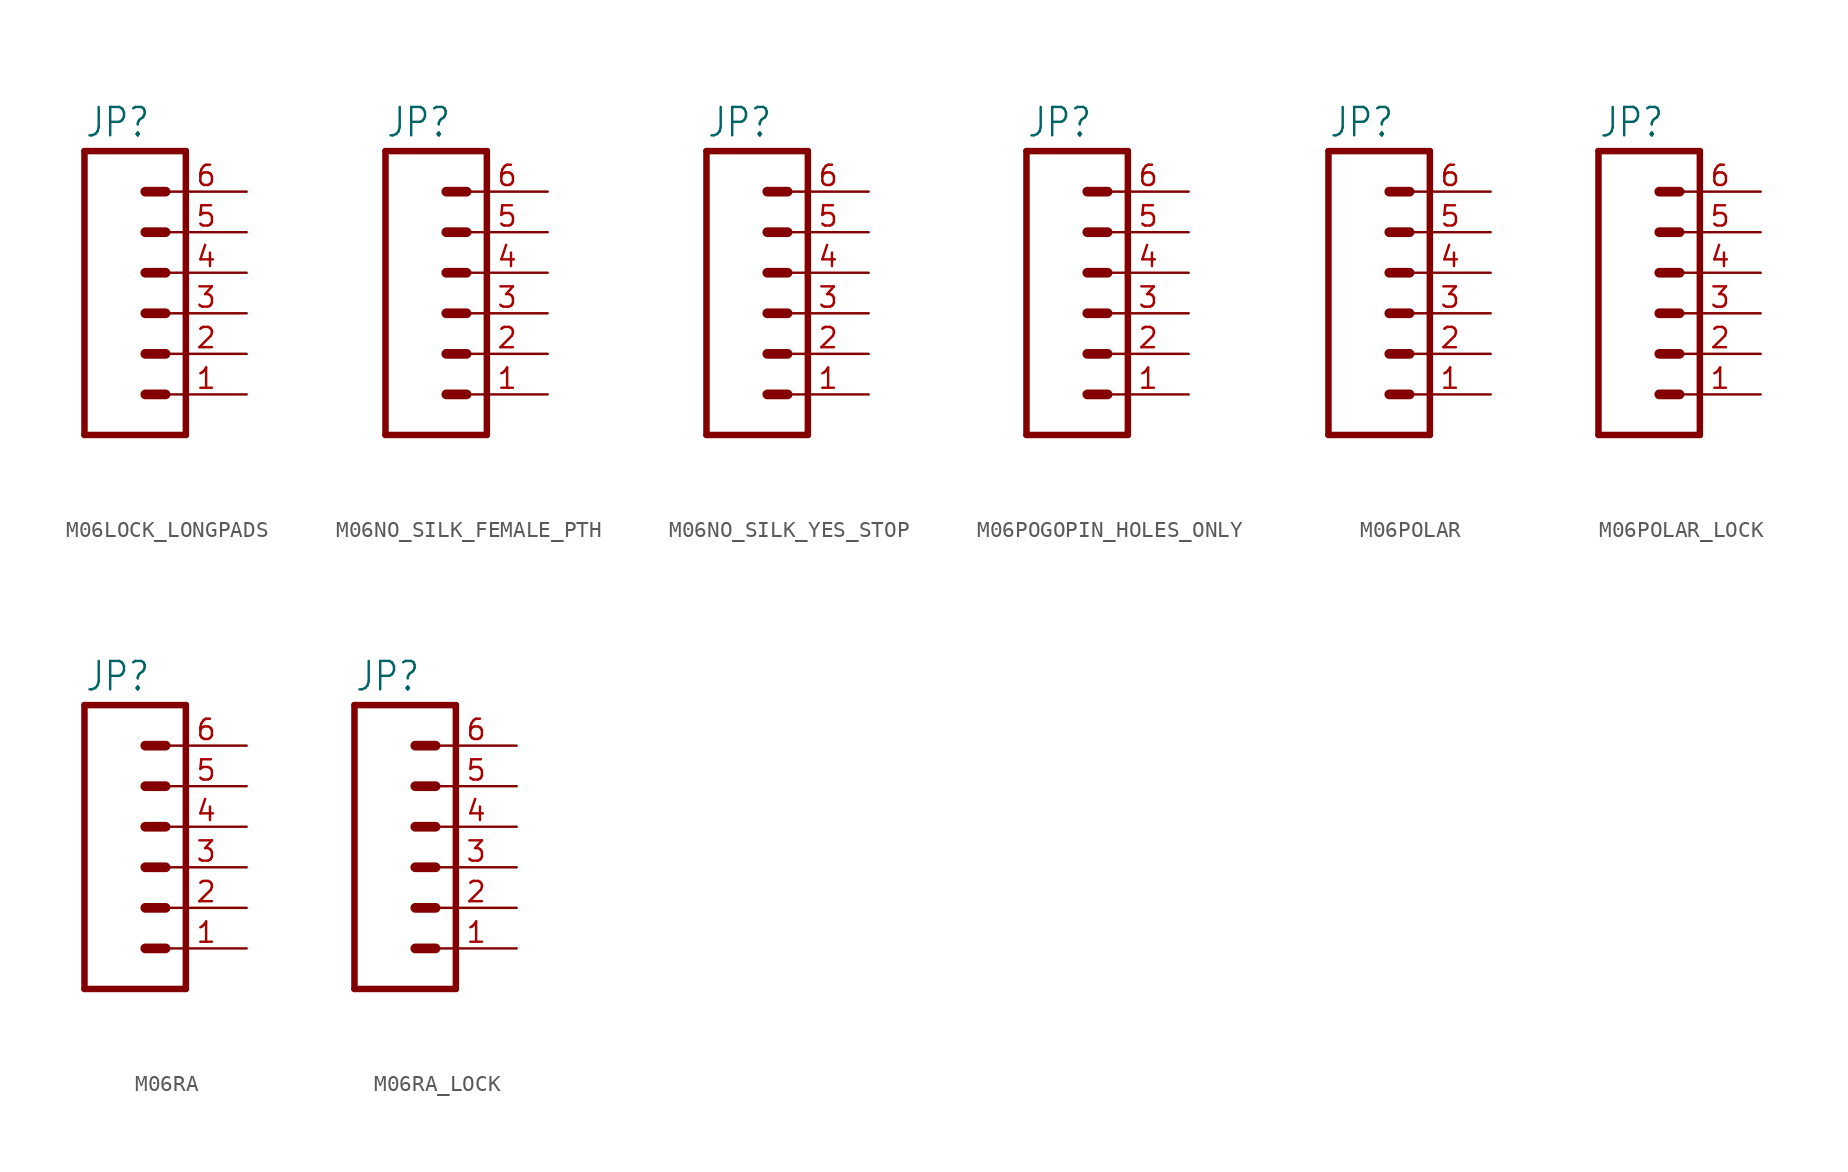
<source format=kicad_sym>
(kicad_symbol_lib
  (version 20231120)
  (generator "kicad_symbol_editor")
  (generator_version "8.0")
  (symbol "M06LOCK_LONGPADS"
    (property "Reference" "JP"
      (at -5.08 10.922 0)
      (effects (font (size 1.778 1.511)) (justify left bottom)))
    (property "Value" ""
      (at -5.08 -10.16 0)
      (effects (font (size 1.778 1.511)) (justify left bottom)))
    (property "ki_locked" ""
      (at 0 0 0)
      (effects (font (size 1.27 1.27))))
    (symbol "M06LOCK_LONGPADS_1_0"
      (polyline (pts (xy -5.08 10.16) (xy -5.08 -7.62)) (stroke (width 0.406) (type solid)) (fill (type none)))
      (polyline (pts (xy -5.08 10.16) (xy 1.27 10.16)) (stroke (width 0.406) (type solid)) (fill (type none)))
      (polyline (pts (xy -1.27 -5.08) (xy 0 -5.08)) (stroke (width 0.61) (type solid)) (fill (type none)))
      (polyline (pts (xy -1.27 -2.54) (xy 0 -2.54)) (stroke (width 0.61) (type solid)) (fill (type none)))
      (polyline (pts (xy -1.27 0) (xy 0 0)) (stroke (width 0.61) (type solid)) (fill (type none)))
      (polyline (pts (xy -1.27 2.54) (xy 0 2.54)) (stroke (width 0.61) (type solid)) (fill (type none)))
      (polyline (pts (xy -1.27 5.08) (xy 0 5.08)) (stroke (width 0.61) (type solid)) (fill (type none)))
      (polyline (pts (xy -1.27 7.62) (xy 0 7.62)) (stroke (width 0.61) (type solid)) (fill (type none)))
      (polyline (pts (xy 1.27 -7.62) (xy -5.08 -7.62)) (stroke (width 0.406) (type solid)) (fill (type none)))
      (polyline (pts (xy 1.27 -7.62) (xy 1.27 10.16)) (stroke (width 0.406) (type solid)) (fill (type none)))
      (pin passive line (at 5.08 -5.08 180) (length 5.08) (name "1" (effects (font (size 0 0)))) (number "1" (effects (font (size 1.27 1.27)))))
      (pin passive line (at 5.08 -2.54 180) (length 5.08) (name "2" (effects (font (size 0 0)))) (number "2" (effects (font (size 1.27 1.27)))))
      (pin passive line (at 5.08 0 180) (length 5.08) (name "3" (effects (font (size 0 0)))) (number "3" (effects (font (size 1.27 1.27)))))
      (pin passive line (at 5.08 2.54 180) (length 5.08) (name "4" (effects (font (size 0 0)))) (number "4" (effects (font (size 1.27 1.27)))))
      (pin passive line (at 5.08 5.08 180) (length 5.08) (name "5" (effects (font (size 0 0)))) (number "5" (effects (font (size 1.27 1.27)))))
      (pin passive line (at 5.08 7.62 180) (length 5.08) (name "6" (effects (font (size 0 0)))) (number "6" (effects (font (size 1.27 1.27)))))))
  (symbol "M06NO_SILK_FEMALE_PTH"
    (property "Reference" "JP"
      (at -5.08 10.922 0)
      (effects (font (size 1.778 1.511)) (justify left bottom)))
    (property "Value" ""
      (at -5.08 -10.16 0)
      (effects (font (size 1.778 1.511)) (justify left bottom)))
    (property "ki_locked" ""
      (at 0 0 0)
      (effects (font (size 1.27 1.27))))
    (symbol "M06NO_SILK_FEMALE_PTH_1_0"
      (polyline (pts (xy -5.08 10.16) (xy -5.08 -7.62)) (stroke (width 0.406) (type solid)) (fill (type none)))
      (polyline (pts (xy -5.08 10.16) (xy 1.27 10.16)) (stroke (width 0.406) (type solid)) (fill (type none)))
      (polyline (pts (xy -1.27 -5.08) (xy 0 -5.08)) (stroke (width 0.61) (type solid)) (fill (type none)))
      (polyline (pts (xy -1.27 -2.54) (xy 0 -2.54)) (stroke (width 0.61) (type solid)) (fill (type none)))
      (polyline (pts (xy -1.27 0) (xy 0 0)) (stroke (width 0.61) (type solid)) (fill (type none)))
      (polyline (pts (xy -1.27 2.54) (xy 0 2.54)) (stroke (width 0.61) (type solid)) (fill (type none)))
      (polyline (pts (xy -1.27 5.08) (xy 0 5.08)) (stroke (width 0.61) (type solid)) (fill (type none)))
      (polyline (pts (xy -1.27 7.62) (xy 0 7.62)) (stroke (width 0.61) (type solid)) (fill (type none)))
      (polyline (pts (xy 1.27 -7.62) (xy -5.08 -7.62)) (stroke (width 0.406) (type solid)) (fill (type none)))
      (polyline (pts (xy 1.27 -7.62) (xy 1.27 10.16)) (stroke (width 0.406) (type solid)) (fill (type none)))
      (pin passive line (at 5.08 -5.08 180) (length 5.08) (name "1" (effects (font (size 0 0)))) (number "1" (effects (font (size 1.27 1.27)))))
      (pin passive line (at 5.08 -2.54 180) (length 5.08) (name "2" (effects (font (size 0 0)))) (number "2" (effects (font (size 1.27 1.27)))))
      (pin passive line (at 5.08 0 180) (length 5.08) (name "3" (effects (font (size 0 0)))) (number "3" (effects (font (size 1.27 1.27)))))
      (pin passive line (at 5.08 2.54 180) (length 5.08) (name "4" (effects (font (size 0 0)))) (number "4" (effects (font (size 1.27 1.27)))))
      (pin passive line (at 5.08 5.08 180) (length 5.08) (name "5" (effects (font (size 0 0)))) (number "5" (effects (font (size 1.27 1.27)))))
      (pin passive line (at 5.08 7.62 180) (length 5.08) (name "6" (effects (font (size 0 0)))) (number "6" (effects (font (size 1.27 1.27)))))))
  (symbol "M06NO_SILK_YES_STOP"
    (property "Reference" "JP"
      (at -5.08 10.922 0)
      (effects (font (size 1.778 1.511)) (justify left bottom)))
    (property "Value" ""
      (at -5.08 -10.16 0)
      (effects (font (size 1.778 1.511)) (justify left bottom)))
    (property "ki_locked" ""
      (at 0 0 0)
      (effects (font (size 1.27 1.27))))
    (symbol "M06NO_SILK_YES_STOP_1_0"
      (polyline (pts (xy -5.08 10.16) (xy -5.08 -7.62)) (stroke (width 0.406) (type solid)) (fill (type none)))
      (polyline (pts (xy -5.08 10.16) (xy 1.27 10.16)) (stroke (width 0.406) (type solid)) (fill (type none)))
      (polyline (pts (xy -1.27 -5.08) (xy 0 -5.08)) (stroke (width 0.61) (type solid)) (fill (type none)))
      (polyline (pts (xy -1.27 -2.54) (xy 0 -2.54)) (stroke (width 0.61) (type solid)) (fill (type none)))
      (polyline (pts (xy -1.27 0) (xy 0 0)) (stroke (width 0.61) (type solid)) (fill (type none)))
      (polyline (pts (xy -1.27 2.54) (xy 0 2.54)) (stroke (width 0.61) (type solid)) (fill (type none)))
      (polyline (pts (xy -1.27 5.08) (xy 0 5.08)) (stroke (width 0.61) (type solid)) (fill (type none)))
      (polyline (pts (xy -1.27 7.62) (xy 0 7.62)) (stroke (width 0.61) (type solid)) (fill (type none)))
      (polyline (pts (xy 1.27 -7.62) (xy -5.08 -7.62)) (stroke (width 0.406) (type solid)) (fill (type none)))
      (polyline (pts (xy 1.27 -7.62) (xy 1.27 10.16)) (stroke (width 0.406) (type solid)) (fill (type none)))
      (pin passive line (at 5.08 -5.08 180) (length 5.08) (name "1" (effects (font (size 0 0)))) (number "1" (effects (font (size 1.27 1.27)))))
      (pin passive line (at 5.08 -2.54 180) (length 5.08) (name "2" (effects (font (size 0 0)))) (number "2" (effects (font (size 1.27 1.27)))))
      (pin passive line (at 5.08 0 180) (length 5.08) (name "3" (effects (font (size 0 0)))) (number "3" (effects (font (size 1.27 1.27)))))
      (pin passive line (at 5.08 2.54 180) (length 5.08) (name "4" (effects (font (size 0 0)))) (number "4" (effects (font (size 1.27 1.27)))))
      (pin passive line (at 5.08 5.08 180) (length 5.08) (name "5" (effects (font (size 0 0)))) (number "5" (effects (font (size 1.27 1.27)))))
      (pin passive line (at 5.08 7.62 180) (length 5.08) (name "6" (effects (font (size 0 0)))) (number "6" (effects (font (size 1.27 1.27)))))))
  (symbol "M06POGOPIN_HOLES_ONLY"
    (property "Reference" "JP"
      (at -5.08 10.922 0)
      (effects (font (size 1.778 1.511)) (justify left bottom)))
    (property "Value" ""
      (at -5.08 -10.16 0)
      (effects (font (size 1.778 1.511)) (justify left bottom)))
    (property "ki_locked" ""
      (at 0 0 0)
      (effects (font (size 1.27 1.27))))
    (symbol "M06POGOPIN_HOLES_ONLY_1_0"
      (polyline (pts (xy -5.08 10.16) (xy -5.08 -7.62)) (stroke (width 0.406) (type solid)) (fill (type none)))
      (polyline (pts (xy -5.08 10.16) (xy 1.27 10.16)) (stroke (width 0.406) (type solid)) (fill (type none)))
      (polyline (pts (xy -1.27 -5.08) (xy 0 -5.08)) (stroke (width 0.61) (type solid)) (fill (type none)))
      (polyline (pts (xy -1.27 -2.54) (xy 0 -2.54)) (stroke (width 0.61) (type solid)) (fill (type none)))
      (polyline (pts (xy -1.27 0) (xy 0 0)) (stroke (width 0.61) (type solid)) (fill (type none)))
      (polyline (pts (xy -1.27 2.54) (xy 0 2.54)) (stroke (width 0.61) (type solid)) (fill (type none)))
      (polyline (pts (xy -1.27 5.08) (xy 0 5.08)) (stroke (width 0.61) (type solid)) (fill (type none)))
      (polyline (pts (xy -1.27 7.62) (xy 0 7.62)) (stroke (width 0.61) (type solid)) (fill (type none)))
      (polyline (pts (xy 1.27 -7.62) (xy -5.08 -7.62)) (stroke (width 0.406) (type solid)) (fill (type none)))
      (polyline (pts (xy 1.27 -7.62) (xy 1.27 10.16)) (stroke (width 0.406) (type solid)) (fill (type none)))
      (pin passive line (at 5.08 -5.08 180) (length 5.08) (name "1" (effects (font (size 0 0)))) (number "1" (effects (font (size 1.27 1.27)))))
      (pin passive line (at 5.08 -2.54 180) (length 5.08) (name "2" (effects (font (size 0 0)))) (number "2" (effects (font (size 1.27 1.27)))))
      (pin passive line (at 5.08 0 180) (length 5.08) (name "3" (effects (font (size 0 0)))) (number "3" (effects (font (size 1.27 1.27)))))
      (pin passive line (at 5.08 2.54 180) (length 5.08) (name "4" (effects (font (size 0 0)))) (number "4" (effects (font (size 1.27 1.27)))))
      (pin passive line (at 5.08 5.08 180) (length 5.08) (name "5" (effects (font (size 0 0)))) (number "5" (effects (font (size 1.27 1.27)))))
      (pin passive line (at 5.08 7.62 180) (length 5.08) (name "6" (effects (font (size 0 0)))) (number "6" (effects (font (size 1.27 1.27)))))))
  (symbol "M06POLAR"
    (property "Reference" "JP"
      (at -5.08 10.922 0)
      (effects (font (size 1.778 1.511)) (justify left bottom)))
    (property "Value" ""
      (at -5.08 -10.16 0)
      (effects (font (size 1.778 1.511)) (justify left bottom)))
    (property "ki_locked" ""
      (at 0 0 0)
      (effects (font (size 1.27 1.27))))
    (symbol "M06POLAR_1_0"
      (polyline (pts (xy -5.08 10.16) (xy -5.08 -7.62)) (stroke (width 0.406) (type solid)) (fill (type none)))
      (polyline (pts (xy -5.08 10.16) (xy 1.27 10.16)) (stroke (width 0.406) (type solid)) (fill (type none)))
      (polyline (pts (xy -1.27 -5.08) (xy 0 -5.08)) (stroke (width 0.61) (type solid)) (fill (type none)))
      (polyline (pts (xy -1.27 -2.54) (xy 0 -2.54)) (stroke (width 0.61) (type solid)) (fill (type none)))
      (polyline (pts (xy -1.27 0) (xy 0 0)) (stroke (width 0.61) (type solid)) (fill (type none)))
      (polyline (pts (xy -1.27 2.54) (xy 0 2.54)) (stroke (width 0.61) (type solid)) (fill (type none)))
      (polyline (pts (xy -1.27 5.08) (xy 0 5.08)) (stroke (width 0.61) (type solid)) (fill (type none)))
      (polyline (pts (xy -1.27 7.62) (xy 0 7.62)) (stroke (width 0.61) (type solid)) (fill (type none)))
      (polyline (pts (xy 1.27 -7.62) (xy -5.08 -7.62)) (stroke (width 0.406) (type solid)) (fill (type none)))
      (polyline (pts (xy 1.27 -7.62) (xy 1.27 10.16)) (stroke (width 0.406) (type solid)) (fill (type none)))
      (pin passive line (at 5.08 -5.08 180) (length 5.08) (name "1" (effects (font (size 0 0)))) (number "1" (effects (font (size 1.27 1.27)))))
      (pin passive line (at 5.08 -2.54 180) (length 5.08) (name "2" (effects (font (size 0 0)))) (number "2" (effects (font (size 1.27 1.27)))))
      (pin passive line (at 5.08 0 180) (length 5.08) (name "3" (effects (font (size 0 0)))) (number "3" (effects (font (size 1.27 1.27)))))
      (pin passive line (at 5.08 2.54 180) (length 5.08) (name "4" (effects (font (size 0 0)))) (number "4" (effects (font (size 1.27 1.27)))))
      (pin passive line (at 5.08 5.08 180) (length 5.08) (name "5" (effects (font (size 0 0)))) (number "5" (effects (font (size 1.27 1.27)))))
      (pin passive line (at 5.08 7.62 180) (length 5.08) (name "6" (effects (font (size 0 0)))) (number "6" (effects (font (size 1.27 1.27)))))))
  (symbol "M06POLAR_LOCK"
    (property "Reference" "JP"
      (at -5.08 10.922 0)
      (effects (font (size 1.778 1.511)) (justify left bottom)))
    (property "Value" ""
      (at -5.08 -10.16 0)
      (effects (font (size 1.778 1.511)) (justify left bottom)))
    (property "ki_locked" ""
      (at 0 0 0)
      (effects (font (size 1.27 1.27))))
    (symbol "M06POLAR_LOCK_1_0"
      (polyline (pts (xy -5.08 10.16) (xy -5.08 -7.62)) (stroke (width 0.406) (type solid)) (fill (type none)))
      (polyline (pts (xy -5.08 10.16) (xy 1.27 10.16)) (stroke (width 0.406) (type solid)) (fill (type none)))
      (polyline (pts (xy -1.27 -5.08) (xy 0 -5.08)) (stroke (width 0.61) (type solid)) (fill (type none)))
      (polyline (pts (xy -1.27 -2.54) (xy 0 -2.54)) (stroke (width 0.61) (type solid)) (fill (type none)))
      (polyline (pts (xy -1.27 0) (xy 0 0)) (stroke (width 0.61) (type solid)) (fill (type none)))
      (polyline (pts (xy -1.27 2.54) (xy 0 2.54)) (stroke (width 0.61) (type solid)) (fill (type none)))
      (polyline (pts (xy -1.27 5.08) (xy 0 5.08)) (stroke (width 0.61) (type solid)) (fill (type none)))
      (polyline (pts (xy -1.27 7.62) (xy 0 7.62)) (stroke (width 0.61) (type solid)) (fill (type none)))
      (polyline (pts (xy 1.27 -7.62) (xy -5.08 -7.62)) (stroke (width 0.406) (type solid)) (fill (type none)))
      (polyline (pts (xy 1.27 -7.62) (xy 1.27 10.16)) (stroke (width 0.406) (type solid)) (fill (type none)))
      (pin passive line (at 5.08 -5.08 180) (length 5.08) (name "1" (effects (font (size 0 0)))) (number "1" (effects (font (size 1.27 1.27)))))
      (pin passive line (at 5.08 -2.54 180) (length 5.08) (name "2" (effects (font (size 0 0)))) (number "2" (effects (font (size 1.27 1.27)))))
      (pin passive line (at 5.08 0 180) (length 5.08) (name "3" (effects (font (size 0 0)))) (number "3" (effects (font (size 1.27 1.27)))))
      (pin passive line (at 5.08 2.54 180) (length 5.08) (name "4" (effects (font (size 0 0)))) (number "4" (effects (font (size 1.27 1.27)))))
      (pin passive line (at 5.08 5.08 180) (length 5.08) (name "5" (effects (font (size 0 0)))) (number "5" (effects (font (size 1.27 1.27)))))
      (pin passive line (at 5.08 7.62 180) (length 5.08) (name "6" (effects (font (size 0 0)))) (number "6" (effects (font (size 1.27 1.27)))))))
  (symbol "M06RA"
    (property "Reference" "JP"
      (at -5.08 10.922 0)
      (effects (font (size 1.778 1.511)) (justify left bottom)))
    (property "Value" ""
      (at -5.08 -10.16 0)
      (effects (font (size 1.778 1.511)) (justify left bottom)))
    (property "ki_locked" ""
      (at 0 0 0)
      (effects (font (size 1.27 1.27))))
    (symbol "M06RA_1_0"
      (polyline (pts (xy -5.08 10.16) (xy -5.08 -7.62)) (stroke (width 0.406) (type solid)) (fill (type none)))
      (polyline (pts (xy -5.08 10.16) (xy 1.27 10.16)) (stroke (width 0.406) (type solid)) (fill (type none)))
      (polyline (pts (xy -1.27 -5.08) (xy 0 -5.08)) (stroke (width 0.61) (type solid)) (fill (type none)))
      (polyline (pts (xy -1.27 -2.54) (xy 0 -2.54)) (stroke (width 0.61) (type solid)) (fill (type none)))
      (polyline (pts (xy -1.27 0) (xy 0 0)) (stroke (width 0.61) (type solid)) (fill (type none)))
      (polyline (pts (xy -1.27 2.54) (xy 0 2.54)) (stroke (width 0.61) (type solid)) (fill (type none)))
      (polyline (pts (xy -1.27 5.08) (xy 0 5.08)) (stroke (width 0.61) (type solid)) (fill (type none)))
      (polyline (pts (xy -1.27 7.62) (xy 0 7.62)) (stroke (width 0.61) (type solid)) (fill (type none)))
      (polyline (pts (xy 1.27 -7.62) (xy -5.08 -7.62)) (stroke (width 0.406) (type solid)) (fill (type none)))
      (polyline (pts (xy 1.27 -7.62) (xy 1.27 10.16)) (stroke (width 0.406) (type solid)) (fill (type none)))
      (pin passive line (at 5.08 -5.08 180) (length 5.08) (name "1" (effects (font (size 0 0)))) (number "1" (effects (font (size 1.27 1.27)))))
      (pin passive line (at 5.08 -2.54 180) (length 5.08) (name "2" (effects (font (size 0 0)))) (number "2" (effects (font (size 1.27 1.27)))))
      (pin passive line (at 5.08 0 180) (length 5.08) (name "3" (effects (font (size 0 0)))) (number "3" (effects (font (size 1.27 1.27)))))
      (pin passive line (at 5.08 2.54 180) (length 5.08) (name "4" (effects (font (size 0 0)))) (number "4" (effects (font (size 1.27 1.27)))))
      (pin passive line (at 5.08 5.08 180) (length 5.08) (name "5" (effects (font (size 0 0)))) (number "5" (effects (font (size 1.27 1.27)))))
      (pin passive line (at 5.08 7.62 180) (length 5.08) (name "6" (effects (font (size 0 0)))) (number "6" (effects (font (size 1.27 1.27)))))))
  (symbol "M06RA_LOCK"
    (property "Reference" "JP"
      (at -5.08 10.922 0)
      (effects (font (size 1.778 1.511)) (justify left bottom)))
    (property "Value" ""
      (at -5.08 -10.16 0)
      (effects (font (size 1.778 1.511)) (justify left bottom)))
    (property "ki_locked" ""
      (at 0 0 0)
      (effects (font (size 1.27 1.27))))
    (symbol "M06RA_LOCK_1_0"
      (polyline (pts (xy -5.08 10.16) (xy -5.08 -7.62)) (stroke (width 0.406) (type solid)) (fill (type none)))
      (polyline (pts (xy -5.08 10.16) (xy 1.27 10.16)) (stroke (width 0.406) (type solid)) (fill (type none)))
      (polyline (pts (xy -1.27 -5.08) (xy 0 -5.08)) (stroke (width 0.61) (type solid)) (fill (type none)))
      (polyline (pts (xy -1.27 -2.54) (xy 0 -2.54)) (stroke (width 0.61) (type solid)) (fill (type none)))
      (polyline (pts (xy -1.27 0) (xy 0 0)) (stroke (width 0.61) (type solid)) (fill (type none)))
      (polyline (pts (xy -1.27 2.54) (xy 0 2.54)) (stroke (width 0.61) (type solid)) (fill (type none)))
      (polyline (pts (xy -1.27 5.08) (xy 0 5.08)) (stroke (width 0.61) (type solid)) (fill (type none)))
      (polyline (pts (xy -1.27 7.62) (xy 0 7.62)) (stroke (width 0.61) (type solid)) (fill (type none)))
      (polyline (pts (xy 1.27 -7.62) (xy -5.08 -7.62)) (stroke (width 0.406) (type solid)) (fill (type none)))
      (polyline (pts (xy 1.27 -7.62) (xy 1.27 10.16)) (stroke (width 0.406) (type solid)) (fill (type none)))
      (pin passive line (at 5.08 -5.08 180) (length 5.08) (name "1" (effects (font (size 0 0)))) (number "1" (effects (font (size 1.27 1.27)))))
      (pin passive line (at 5.08 -2.54 180) (length 5.08) (name "2" (effects (font (size 0 0)))) (number "2" (effects (font (size 1.27 1.27)))))
      (pin passive line (at 5.08 0 180) (length 5.08) (name "3" (effects (font (size 0 0)))) (number "3" (effects (font (size 1.27 1.27)))))
      (pin passive line (at 5.08 2.54 180) (length 5.08) (name "4" (effects (font (size 0 0)))) (number "4" (effects (font (size 1.27 1.27)))))
      (pin passive line (at 5.08 5.08 180) (length 5.08) (name "5" (effects (font (size 0 0)))) (number "5" (effects (font (size 1.27 1.27)))))
      (pin passive line (at 5.08 7.62 180) (length 5.08) (name "6" (effects (font (size 0 0)))) (number "6" (effects (font (size 1.27 1.27))))))))
</source>
